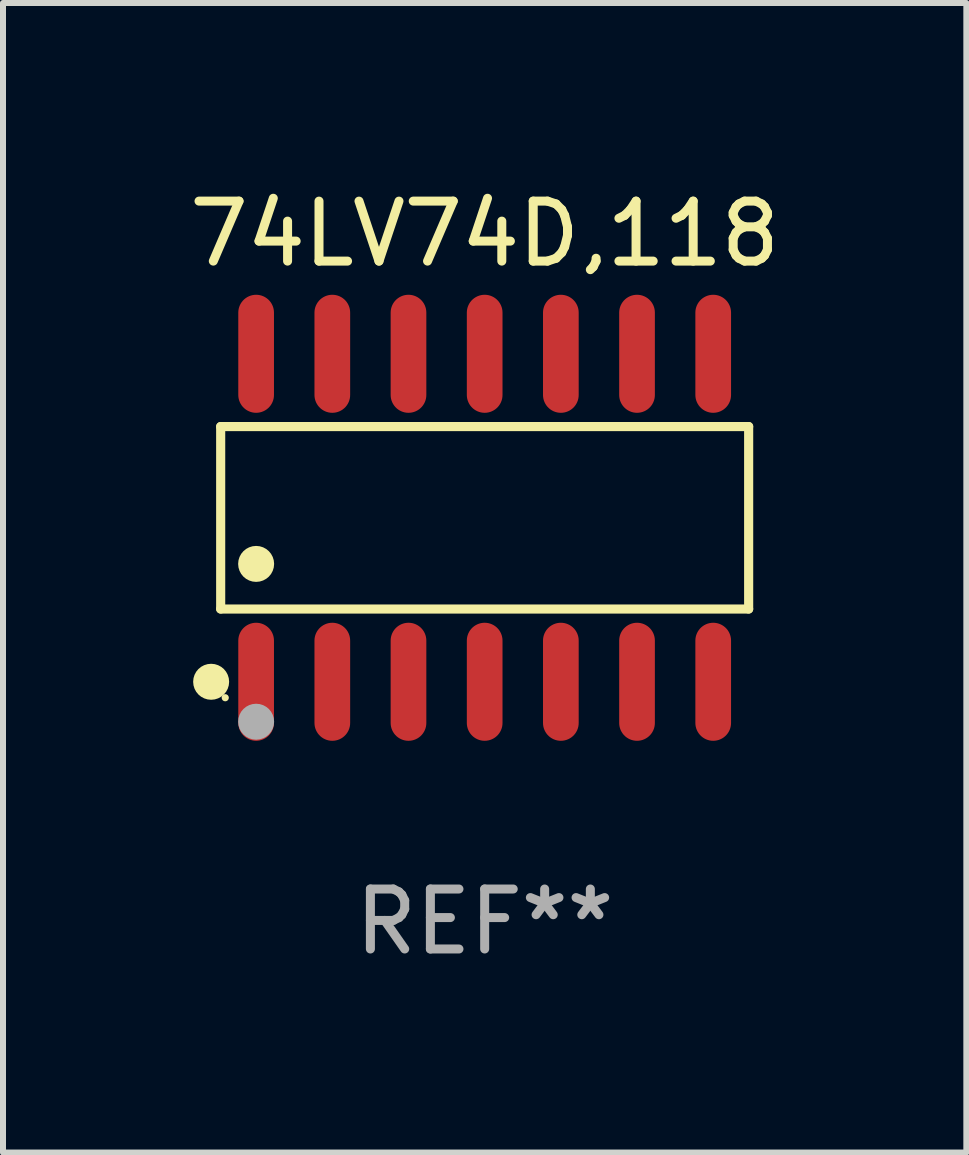
<source format=kicad_pcb>
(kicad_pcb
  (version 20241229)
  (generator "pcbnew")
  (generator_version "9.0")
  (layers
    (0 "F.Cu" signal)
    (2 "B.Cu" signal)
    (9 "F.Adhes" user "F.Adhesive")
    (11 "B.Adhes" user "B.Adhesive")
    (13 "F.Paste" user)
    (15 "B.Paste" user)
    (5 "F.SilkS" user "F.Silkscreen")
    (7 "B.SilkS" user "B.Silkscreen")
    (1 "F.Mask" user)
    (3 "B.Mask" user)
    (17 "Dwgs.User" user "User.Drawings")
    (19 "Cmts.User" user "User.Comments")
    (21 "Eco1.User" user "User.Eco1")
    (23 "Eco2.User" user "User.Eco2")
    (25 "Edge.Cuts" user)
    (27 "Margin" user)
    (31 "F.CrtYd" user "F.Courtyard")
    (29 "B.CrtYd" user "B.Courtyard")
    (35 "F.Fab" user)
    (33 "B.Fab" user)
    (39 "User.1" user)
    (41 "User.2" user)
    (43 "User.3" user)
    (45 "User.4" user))
  (footprint "74LV74D,118"
    (layer "F.Cu")
    (at 5.03 5.582)
    (property "Reference" "74LV74D,118" (at 0 -4.734 0) (layer "F.SilkS") (effects (font (size 1 1) (thickness 0.15))))
    (attr through_hole)
    (fp_line (start -4.401 -1.521) (end 4.401 -1.521) (stroke (width 0.152) (type solid)) (layer "F.SilkS"))
    (fp_line (start -4.401 1.521) (end -4.401 -1.521) (stroke (width 0.152) (type solid)) (layer "F.SilkS"))
    (fp_line (start 4.401 -1.521) (end 4.401 1.521) (stroke (width 0.152) (type solid)) (layer "F.SilkS"))
    (fp_line (start 4.401 1.521) (end -4.401 1.521) (stroke (width 0.152) (type solid)) (layer "F.SilkS"))
    (fp_circle (center -4.56 2.734) (end -4.41 2.734) (stroke (width 0.3) (type solid)) (fill no) (layer "F.SilkS"))
    (fp_circle (center -4.325 3) (end -4.295 3) (stroke (width 0.06) (type solid)) (fill no) (layer "F.SilkS"))
    (fp_circle (center -3.81 0.769) (end -3.66 0.769) (stroke (width 0.3) (type solid)) (fill no) (layer "F.SilkS"))
    (fp_circle (center -3.81 3.4) (end -3.66 3.4) (stroke (width 0.3) (type solid)) (fill no) (layer "F.Fab"))
    (fp_text user "REF**" (at 0 6.734 0) (layer "F.Fab") (effects (font (size 1 1) (thickness 0.15))))
    (pad "1" smd oval (at -3.81 2.734) (size 0.595 1.968) (layers "F.Cu" "F.Mask" "F.Paste"))
    (pad "2" smd oval (at -2.54 2.734) (size 0.595 1.968) (layers "F.Cu" "F.Mask" "F.Paste"))
    (pad "3" smd oval (at -1.27 2.734) (size 0.595 1.968) (layers "F.Cu" "F.Mask" "F.Paste"))
    (pad "4" smd oval (at 0 2.734) (size 0.595 1.968) (layers "F.Cu" "F.Mask" "F.Paste"))
    (pad "5" smd oval (at 1.27 2.734) (size 0.595 1.968) (layers "F.Cu" "F.Mask" "F.Paste"))
    (pad "6" smd oval (at 2.54 2.734) (size 0.595 1.968) (layers "F.Cu" "F.Mask" "F.Paste"))
    (pad "7" smd oval (at 3.81 2.734) (size 0.595 1.968) (layers "F.Cu" "F.Mask" "F.Paste"))
    (pad "8" smd oval (at 3.81 -2.734) (size 0.595 1.968) (layers "F.Cu" "F.Mask" "F.Paste"))
    (pad "9" smd oval (at 2.54 -2.734) (size 0.595 1.968) (layers "F.Cu" "F.Mask" "F.Paste"))
    (pad "10" smd oval (at 1.27 -2.734) (size 0.595 1.968) (layers "F.Cu" "F.Mask" "F.Paste"))
    (pad "11" smd oval (at 0 -2.734) (size 0.595 1.968) (layers "F.Cu" "F.Mask" "F.Paste"))
    (pad "12" smd oval (at -1.27 -2.734) (size 0.595 1.968) (layers "F.Cu" "F.Mask" "F.Paste"))
    (pad "13" smd oval (at -2.54 -2.734) (size 0.595 1.968) (layers "F.Cu" "F.Mask" "F.Paste"))
    (pad "14" smd oval (at -3.81 -2.734) (size 0.595 1.968) (layers "F.Cu" "F.Mask" "F.Paste")))
  (gr_rect
    (start -3 -3)
    (end 13.06 16.164)
    (stroke (width 0.1) (type default))
    (fill no)
    (layer "Edge.Cuts")))
</source>
